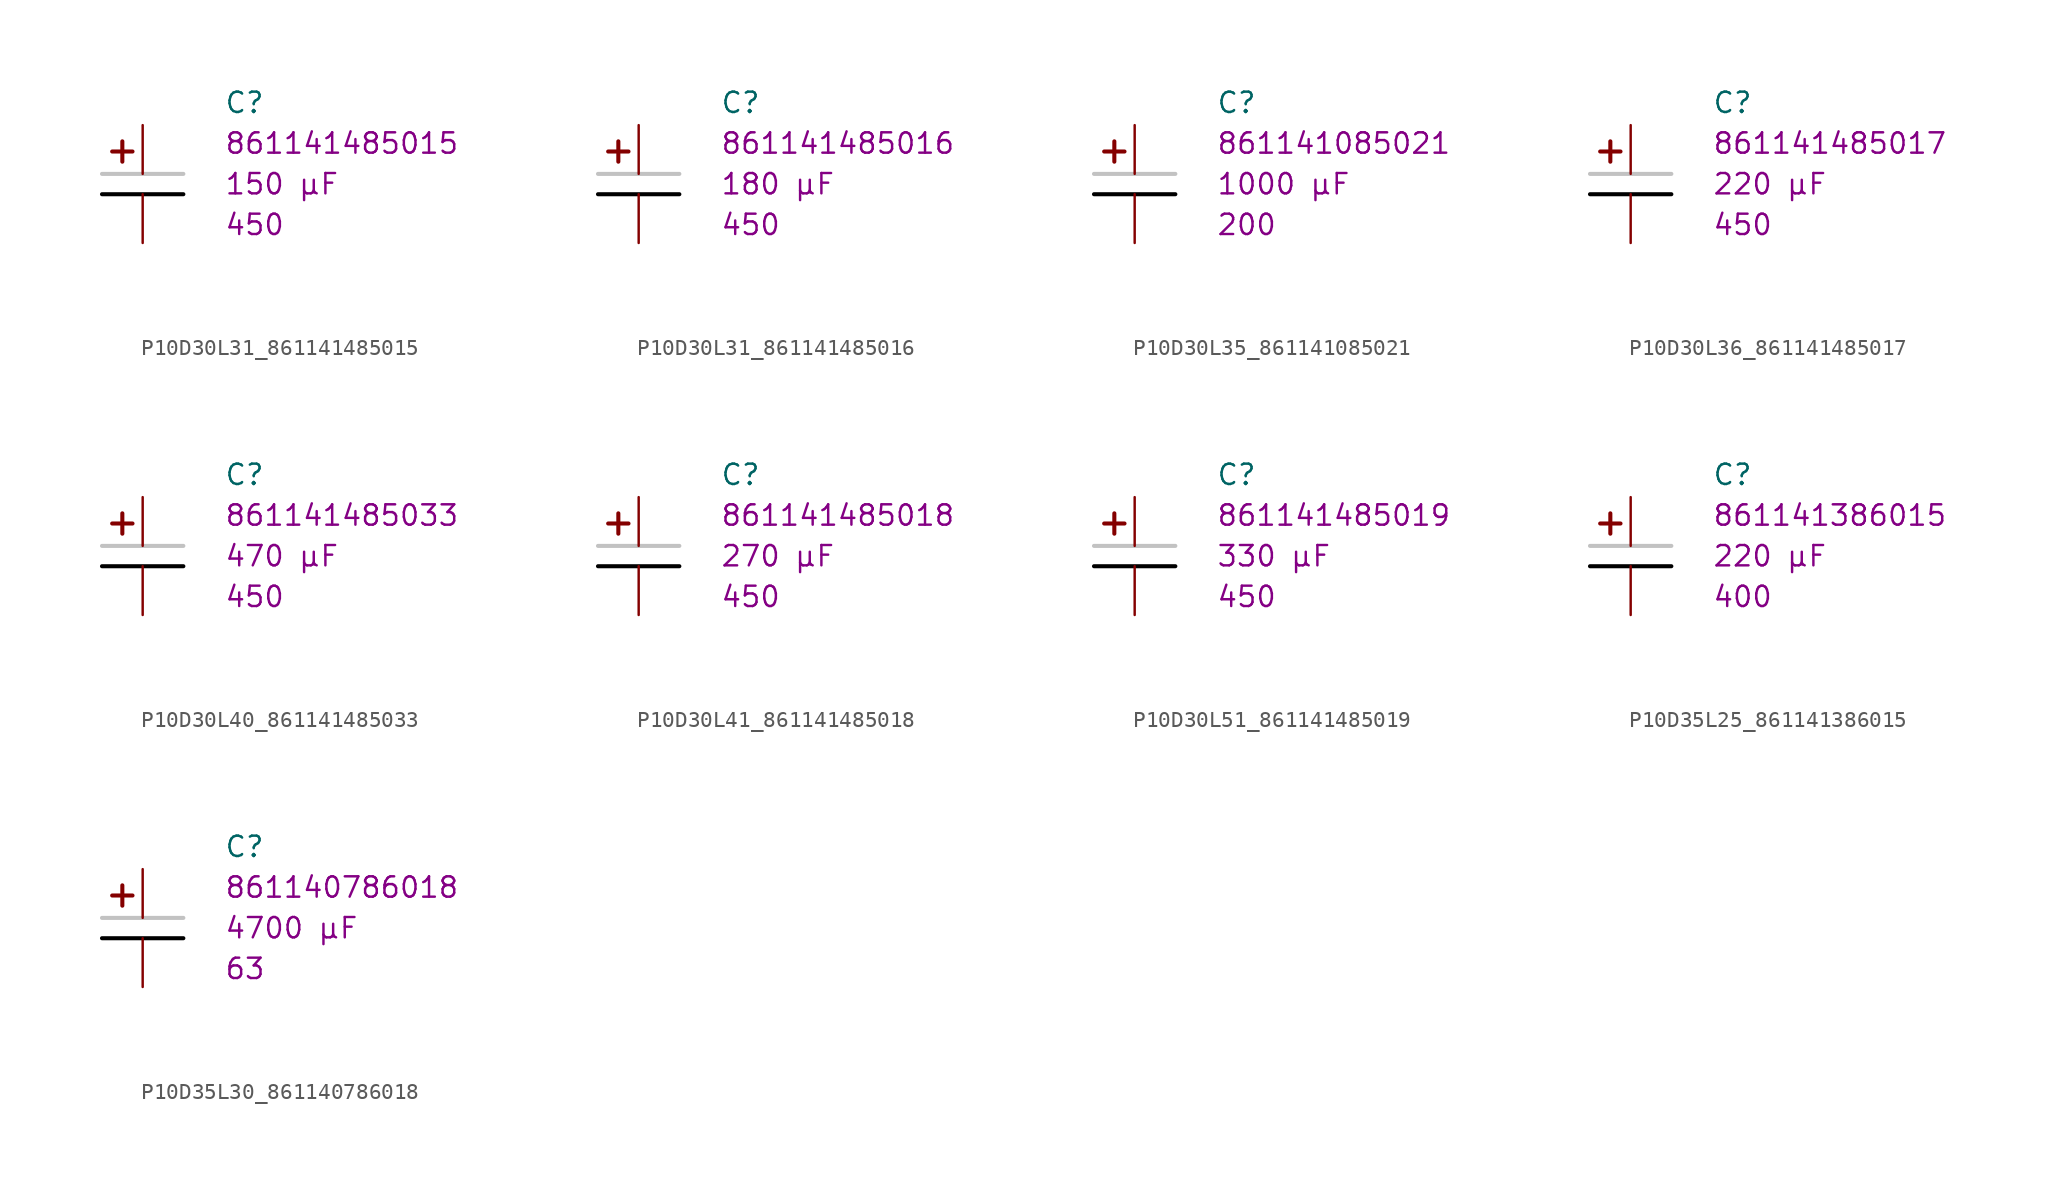
<source format=kicad_sym>
(kicad_symbol_lib
  (version 20220914)
  (generator kicad_symbol_editor)
  (symbol "P10D30L31_861141485015"
    (pin_numbers hide)
    (pin_names hide)
    (property "Reference" "C"
      (at 5.08 5.08 0)
      (effects (font (size 1.27 1.27)) (justify left)))
    (property "Part Number" "861141485015"
      (at 5.08 2.54 0)
      (effects (font (size 1.27 1.27)) (justify left)))
    (property "Capacitance" "150 µF"
      (at 5.08 0 0)
      (effects (font (size 1.27 1.27)) (justify left)))
    (property "Voltage" "450"
      (at 5.08 -2.54 0)
      (effects (font (size 1.27 1.27)) (justify left)))
    (property "Critical Parameter" ""
      (at 0 -7.62 0)
      (effects (font (size 1.27 1.27))))
    (symbol "P10D30L31_861141485015_1_1"
      (polyline (pts (xy -1.27 2.667) (xy -1.27 1.397)) (stroke (width 0.254) (type default)) (fill (type none)))
      (polyline (pts (xy -0.635 2.032) (xy -1.905 2.032)) (stroke (width 0.254) (type default)) (fill (type none)))
      (polyline (pts (xy 2.54 -0.635) (xy -2.54 -0.635)) (stroke (width 0.254) (type default) (color 0 0 0 1)) (fill (type none)))
      (polyline (pts (xy 2.54 0.635) (xy -2.54 0.635)) (stroke (width 0.254) (type default) (color 194 194 194 1)) (fill (type none)))
      (pin passive line (at 0 3.679 270) (length 3.044) (name "1" (effects (font (size 1.27 1.27)))) (number "1" (effects (font (size 1.27 1.27)))))
      (pin passive line (at 0 -3.679 90) (length 3.044) (name "2" (effects (font (size 1.27 1.27)))) (number "2" (effects (font (size 1.27 1.27)))))))
  (symbol "P10D30L31_861141485016"
    (pin_numbers hide)
    (pin_names hide)
    (property "Reference" "C"
      (at 5.08 5.08 0)
      (effects (font (size 1.27 1.27)) (justify left)))
    (property "Part Number" "861141485016"
      (at 5.08 2.54 0)
      (effects (font (size 1.27 1.27)) (justify left)))
    (property "Capacitance" "180 µF"
      (at 5.08 0 0)
      (effects (font (size 1.27 1.27)) (justify left)))
    (property "Voltage" "450"
      (at 5.08 -2.54 0)
      (effects (font (size 1.27 1.27)) (justify left)))
    (property "Critical Parameter" ""
      (at 0 -7.62 0)
      (effects (font (size 1.27 1.27))))
    (symbol "P10D30L31_861141485016_1_1"
      (polyline (pts (xy -1.27 2.667) (xy -1.27 1.397)) (stroke (width 0.254) (type default)) (fill (type none)))
      (polyline (pts (xy -0.635 2.032) (xy -1.905 2.032)) (stroke (width 0.254) (type default)) (fill (type none)))
      (polyline (pts (xy 2.54 -0.635) (xy -2.54 -0.635)) (stroke (width 0.254) (type default) (color 0 0 0 1)) (fill (type none)))
      (polyline (pts (xy 2.54 0.635) (xy -2.54 0.635)) (stroke (width 0.254) (type default) (color 194 194 194 1)) (fill (type none)))
      (pin passive line (at 0 3.679 270) (length 3.044) (name "1" (effects (font (size 1.27 1.27)))) (number "1" (effects (font (size 1.27 1.27)))))
      (pin passive line (at 0 -3.679 90) (length 3.044) (name "2" (effects (font (size 1.27 1.27)))) (number "2" (effects (font (size 1.27 1.27)))))))
  (symbol "P10D30L35_861141085021"
    (pin_numbers hide)
    (pin_names hide)
    (property "Reference" "C"
      (at 5.08 5.08 0)
      (effects (font (size 1.27 1.27)) (justify left)))
    (property "Part Number" "861141085021"
      (at 5.08 2.54 0)
      (effects (font (size 1.27 1.27)) (justify left)))
    (property "Capacitance" "1000 µF"
      (at 5.08 0 0)
      (effects (font (size 1.27 1.27)) (justify left)))
    (property "Voltage" "200"
      (at 5.08 -2.54 0)
      (effects (font (size 1.27 1.27)) (justify left)))
    (property "Critical Parameter" ""
      (at 0 -7.62 0)
      (effects (font (size 1.27 1.27))))
    (symbol "P10D30L35_861141085021_1_1"
      (polyline (pts (xy -1.27 2.667) (xy -1.27 1.397)) (stroke (width 0.254) (type default)) (fill (type none)))
      (polyline (pts (xy -0.635 2.032) (xy -1.905 2.032)) (stroke (width 0.254) (type default)) (fill (type none)))
      (polyline (pts (xy 2.54 -0.635) (xy -2.54 -0.635)) (stroke (width 0.254) (type default) (color 0 0 0 1)) (fill (type none)))
      (polyline (pts (xy 2.54 0.635) (xy -2.54 0.635)) (stroke (width 0.254) (type default) (color 194 194 194 1)) (fill (type none)))
      (pin passive line (at 0 3.679 270) (length 3.044) (name "1" (effects (font (size 1.27 1.27)))) (number "1" (effects (font (size 1.27 1.27)))))
      (pin passive line (at 0 -3.679 90) (length 3.044) (name "2" (effects (font (size 1.27 1.27)))) (number "2" (effects (font (size 1.27 1.27)))))))
  (symbol "P10D30L36_861141485017"
    (pin_numbers hide)
    (pin_names hide)
    (property "Reference" "C"
      (at 5.08 5.08 0)
      (effects (font (size 1.27 1.27)) (justify left)))
    (property "Part Number" "861141485017"
      (at 5.08 2.54 0)
      (effects (font (size 1.27 1.27)) (justify left)))
    (property "Capacitance" "220 µF"
      (at 5.08 0 0)
      (effects (font (size 1.27 1.27)) (justify left)))
    (property "Voltage" "450"
      (at 5.08 -2.54 0)
      (effects (font (size 1.27 1.27)) (justify left)))
    (property "Critical Parameter" ""
      (at 0 -7.62 0)
      (effects (font (size 1.27 1.27))))
    (symbol "P10D30L36_861141485017_1_1"
      (polyline (pts (xy -1.27 2.667) (xy -1.27 1.397)) (stroke (width 0.254) (type default)) (fill (type none)))
      (polyline (pts (xy -0.635 2.032) (xy -1.905 2.032)) (stroke (width 0.254) (type default)) (fill (type none)))
      (polyline (pts (xy 2.54 -0.635) (xy -2.54 -0.635)) (stroke (width 0.254) (type default) (color 0 0 0 1)) (fill (type none)))
      (polyline (pts (xy 2.54 0.635) (xy -2.54 0.635)) (stroke (width 0.254) (type default) (color 194 194 194 1)) (fill (type none)))
      (pin passive line (at 0 3.679 270) (length 3.044) (name "1" (effects (font (size 1.27 1.27)))) (number "1" (effects (font (size 1.27 1.27)))))
      (pin passive line (at 0 -3.679 90) (length 3.044) (name "2" (effects (font (size 1.27 1.27)))) (number "2" (effects (font (size 1.27 1.27)))))))
  (symbol "P10D30L40_861141485033"
    (pin_numbers hide)
    (pin_names hide)
    (property "Reference" "C"
      (at 5.08 5.08 0)
      (effects (font (size 1.27 1.27)) (justify left)))
    (property "Part Number" "861141485033"
      (at 5.08 2.54 0)
      (effects (font (size 1.27 1.27)) (justify left)))
    (property "Capacitance" "470 µF"
      (at 5.08 0 0)
      (effects (font (size 1.27 1.27)) (justify left)))
    (property "Voltage" "450"
      (at 5.08 -2.54 0)
      (effects (font (size 1.27 1.27)) (justify left)))
    (property "Critical Parameter" ""
      (at 0 -7.62 0)
      (effects (font (size 1.27 1.27))))
    (symbol "P10D30L40_861141485033_1_1"
      (polyline (pts (xy -1.27 2.667) (xy -1.27 1.397)) (stroke (width 0.254) (type default)) (fill (type none)))
      (polyline (pts (xy -0.635 2.032) (xy -1.905 2.032)) (stroke (width 0.254) (type default)) (fill (type none)))
      (polyline (pts (xy 2.54 -0.635) (xy -2.54 -0.635)) (stroke (width 0.254) (type default) (color 0 0 0 1)) (fill (type none)))
      (polyline (pts (xy 2.54 0.635) (xy -2.54 0.635)) (stroke (width 0.254) (type default) (color 194 194 194 1)) (fill (type none)))
      (pin passive line (at 0 3.679 270) (length 3.044) (name "1" (effects (font (size 1.27 1.27)))) (number "1" (effects (font (size 1.27 1.27)))))
      (pin passive line (at 0 -3.679 90) (length 3.044) (name "2" (effects (font (size 1.27 1.27)))) (number "2" (effects (font (size 1.27 1.27)))))))
  (symbol "P10D30L41_861141485018"
    (pin_numbers hide)
    (pin_names hide)
    (property "Reference" "C"
      (at 5.08 5.08 0)
      (effects (font (size 1.27 1.27)) (justify left)))
    (property "Part Number" "861141485018"
      (at 5.08 2.54 0)
      (effects (font (size 1.27 1.27)) (justify left)))
    (property "Capacitance" "270 µF"
      (at 5.08 0 0)
      (effects (font (size 1.27 1.27)) (justify left)))
    (property "Voltage" "450"
      (at 5.08 -2.54 0)
      (effects (font (size 1.27 1.27)) (justify left)))
    (property "Critical Parameter" ""
      (at 0 -7.62 0)
      (effects (font (size 1.27 1.27))))
    (symbol "P10D30L41_861141485018_1_1"
      (polyline (pts (xy -1.27 2.667) (xy -1.27 1.397)) (stroke (width 0.254) (type default)) (fill (type none)))
      (polyline (pts (xy -0.635 2.032) (xy -1.905 2.032)) (stroke (width 0.254) (type default)) (fill (type none)))
      (polyline (pts (xy 2.54 -0.635) (xy -2.54 -0.635)) (stroke (width 0.254) (type default) (color 0 0 0 1)) (fill (type none)))
      (polyline (pts (xy 2.54 0.635) (xy -2.54 0.635)) (stroke (width 0.254) (type default) (color 194 194 194 1)) (fill (type none)))
      (pin passive line (at 0 3.679 270) (length 3.044) (name "1" (effects (font (size 1.27 1.27)))) (number "1" (effects (font (size 1.27 1.27)))))
      (pin passive line (at 0 -3.679 90) (length 3.044) (name "2" (effects (font (size 1.27 1.27)))) (number "2" (effects (font (size 1.27 1.27)))))))
  (symbol "P10D30L51_861141485019"
    (pin_numbers hide)
    (pin_names hide)
    (property "Reference" "C"
      (at 5.08 5.08 0)
      (effects (font (size 1.27 1.27)) (justify left)))
    (property "Part Number" "861141485019"
      (at 5.08 2.54 0)
      (effects (font (size 1.27 1.27)) (justify left)))
    (property "Capacitance" "330 µF"
      (at 5.08 0 0)
      (effects (font (size 1.27 1.27)) (justify left)))
    (property "Voltage" "450"
      (at 5.08 -2.54 0)
      (effects (font (size 1.27 1.27)) (justify left)))
    (property "Critical Parameter" ""
      (at 0 -7.62 0)
      (effects (font (size 1.27 1.27))))
    (symbol "P10D30L51_861141485019_1_1"
      (polyline (pts (xy -1.27 2.667) (xy -1.27 1.397)) (stroke (width 0.254) (type default)) (fill (type none)))
      (polyline (pts (xy -0.635 2.032) (xy -1.905 2.032)) (stroke (width 0.254) (type default)) (fill (type none)))
      (polyline (pts (xy 2.54 -0.635) (xy -2.54 -0.635)) (stroke (width 0.254) (type default) (color 0 0 0 1)) (fill (type none)))
      (polyline (pts (xy 2.54 0.635) (xy -2.54 0.635)) (stroke (width 0.254) (type default) (color 194 194 194 1)) (fill (type none)))
      (pin passive line (at 0 3.679 270) (length 3.044) (name "1" (effects (font (size 1.27 1.27)))) (number "1" (effects (font (size 1.27 1.27)))))
      (pin passive line (at 0 -3.679 90) (length 3.044) (name "2" (effects (font (size 1.27 1.27)))) (number "2" (effects (font (size 1.27 1.27)))))))
  (symbol "P10D35L25_861141386015"
    (pin_numbers hide)
    (pin_names hide)
    (property "Reference" "C"
      (at 5.08 5.08 0)
      (effects (font (size 1.27 1.27)) (justify left)))
    (property "Part Number" "861141386015"
      (at 5.08 2.54 0)
      (effects (font (size 1.27 1.27)) (justify left)))
    (property "Capacitance" "220 µF"
      (at 5.08 0 0)
      (effects (font (size 1.27 1.27)) (justify left)))
    (property "Voltage" "400"
      (at 5.08 -2.54 0)
      (effects (font (size 1.27 1.27)) (justify left)))
    (property "Critical Parameter" ""
      (at 0 -7.62 0)
      (effects (font (size 1.27 1.27))))
    (symbol "P10D35L25_861141386015_1_1"
      (polyline (pts (xy -1.27 2.667) (xy -1.27 1.397)) (stroke (width 0.254) (type default)) (fill (type none)))
      (polyline (pts (xy -0.635 2.032) (xy -1.905 2.032)) (stroke (width 0.254) (type default)) (fill (type none)))
      (polyline (pts (xy 2.54 -0.635) (xy -2.54 -0.635)) (stroke (width 0.254) (type default) (color 0 0 0 1)) (fill (type none)))
      (polyline (pts (xy 2.54 0.635) (xy -2.54 0.635)) (stroke (width 0.254) (type default) (color 194 194 194 1)) (fill (type none)))
      (pin passive line (at 0 3.679 270) (length 3.044) (name "1" (effects (font (size 1.27 1.27)))) (number "1" (effects (font (size 1.27 1.27)))))
      (pin passive line (at 0 -3.679 90) (length 3.044) (name "2" (effects (font (size 1.27 1.27)))) (number "2" (effects (font (size 1.27 1.27)))))))
  (symbol "P10D35L30_861140786018"
    (pin_numbers hide)
    (pin_names hide)
    (property "Reference" "C"
      (at 5.08 5.08 0)
      (effects (font (size 1.27 1.27)) (justify left)))
    (property "Part Number" "861140786018"
      (at 5.08 2.54 0)
      (effects (font (size 1.27 1.27)) (justify left)))
    (property "Capacitance" "4700 µF"
      (at 5.08 0 0)
      (effects (font (size 1.27 1.27)) (justify left)))
    (property "Voltage" "63"
      (at 5.08 -2.54 0)
      (effects (font (size 1.27 1.27)) (justify left)))
    (property "Critical Parameter" ""
      (at 0 -7.62 0)
      (effects (font (size 1.27 1.27))))
    (symbol "P10D35L30_861140786018_1_1"
      (polyline (pts (xy -1.27 2.667) (xy -1.27 1.397)) (stroke (width 0.254) (type default)) (fill (type none)))
      (polyline (pts (xy -0.635 2.032) (xy -1.905 2.032)) (stroke (width 0.254) (type default)) (fill (type none)))
      (polyline (pts (xy 2.54 -0.635) (xy -2.54 -0.635)) (stroke (width 0.254) (type default) (color 0 0 0 1)) (fill (type none)))
      (polyline (pts (xy 2.54 0.635) (xy -2.54 0.635)) (stroke (width 0.254) (type default) (color 194 194 194 1)) (fill (type none)))
      (pin passive line (at 0 3.679 270) (length 3.044) (name "1" (effects (font (size 1.27 1.27)))) (number "1" (effects (font (size 1.27 1.27)))))
      (pin passive line (at 0 -3.679 90) (length 3.044) (name "2" (effects (font (size 1.27 1.27)))) (number "2" (effects (font (size 1.27 1.27))))))))
</source>
